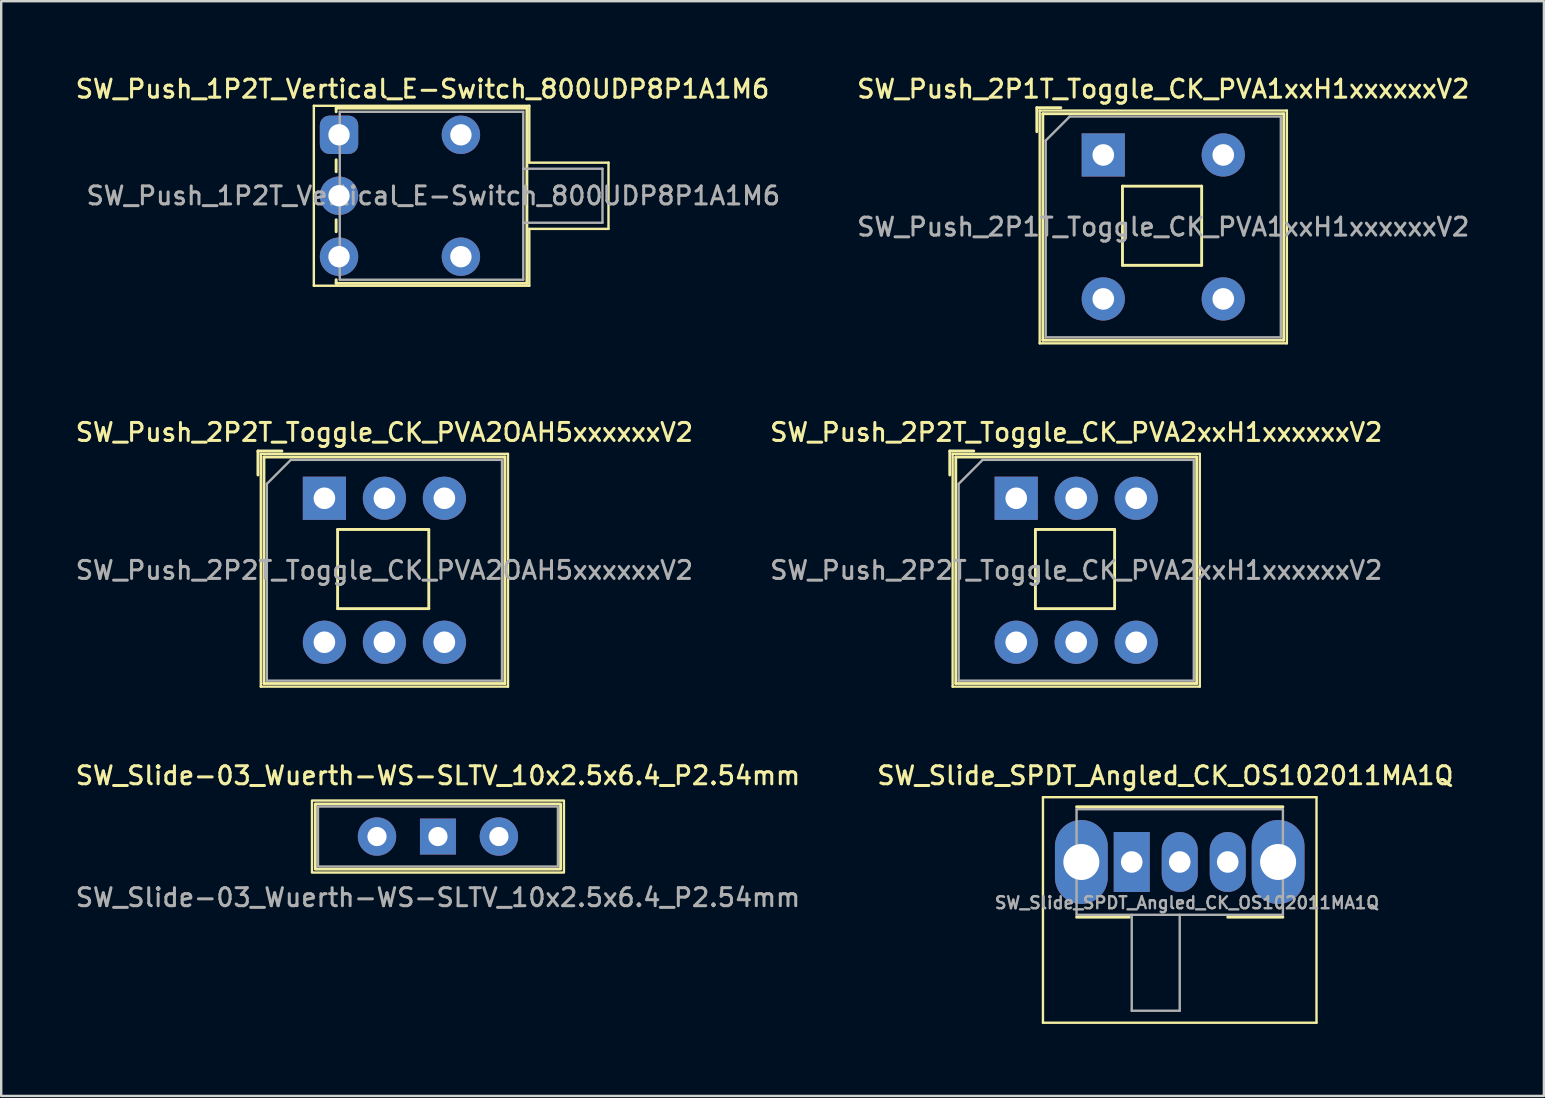
<source format=kicad_pcb>
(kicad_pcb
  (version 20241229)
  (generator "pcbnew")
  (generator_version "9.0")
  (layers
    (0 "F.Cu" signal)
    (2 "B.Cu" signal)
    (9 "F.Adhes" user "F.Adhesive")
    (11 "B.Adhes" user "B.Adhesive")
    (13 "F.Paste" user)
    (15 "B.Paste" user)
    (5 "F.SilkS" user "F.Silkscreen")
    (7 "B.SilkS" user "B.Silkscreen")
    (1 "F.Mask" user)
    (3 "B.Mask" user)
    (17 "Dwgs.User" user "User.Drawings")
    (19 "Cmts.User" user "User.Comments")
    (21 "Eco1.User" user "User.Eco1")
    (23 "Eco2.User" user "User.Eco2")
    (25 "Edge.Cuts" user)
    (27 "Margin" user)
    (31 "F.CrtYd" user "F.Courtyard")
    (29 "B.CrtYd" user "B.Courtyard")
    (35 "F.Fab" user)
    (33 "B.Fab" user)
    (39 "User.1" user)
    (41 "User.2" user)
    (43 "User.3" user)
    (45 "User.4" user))
  (footprint "SW_Slide-03_Wuerth-WS-SLTV_10x2.5x6.4_P2.54mm"
    (layer "F.Cu")
    (at 15.202 31.814)
    (property "Reference" "SW_Slide-03_Wuerth-WS-SLTV_10x2.5x6.4_P2.54mm" (at 0 -2.54 0) (layer "F.SilkS") (effects (font (size 0.75 0.75) (thickness 0.125))))
    (attr through_hole)
    (fp_rect (start -5.25 -1.5) (end 5.25 1.5) (stroke (width 0.1) (type default)) (fill no) (layer "F.SilkS"))
    (fp_rect (start -5.11 -1.36) (end 5.11 1.36) (stroke (width 0.12) (type default)) (fill no) (layer "F.SilkS"))
    (fp_rect (start -5 -1.25) (end 5 1.25) (stroke (width 0.1) (type default)) (fill no) (layer "F.Fab"))
    (fp_text user "${REFERENCE}" (at 0 2.54 0) (layer "F.Fab") (effects (font (size 0.75 0.75) (thickness 0.125))))
    (pad "1" thru_hole rect (at 0 0) (size 1.5 1.5) (drill 0.8) (layers "*.Cu" "*.Mask"))
    (pad "2" thru_hole circle (at -2.54 0) (size 1.6 1.6) (drill 0.8) (layers "*.Cu" "*.Mask"))
    (pad "3" thru_hole circle (at 2.54 0) (size 1.6 1.6) (drill 0.8) (layers "*.Cu" "*.Mask")))
  (footprint "SW_Push_2P1T_Toggle_CK_PVA1xxH1xxxxxxV2"
    (layer "F.Cu")
    (at 42.93 3.408)
    (property "Reference" "SW_Push_2P1T_Toggle_CK_PVA1xxH1xxxxxxV2" (at 2.5 -2.75 0) (layer "F.SilkS") (effects (font (size 0.75 0.75) (thickness 0.125))))
    (attr through_hole)
    (fp_line (start -2.77 -0.97) (end -2.77 -1.97) (stroke (width 0.12) (type solid)) (layer "F.SilkS"))
    (fp_line (start -2.65 -1.85) (end 7.65 -1.85) (stroke (width 0.1) (type solid)) (layer "F.SilkS"))
    (fp_line (start -2.65 7.85) (end -2.65 -1.85) (stroke (width 0.1) (type solid)) (layer "F.SilkS"))
    (fp_line (start -2.65 7.85) (end 7.65 7.85) (stroke (width 0.1) (type solid)) (layer "F.SilkS"))
    (fp_line (start -2.52 7.72) (end -2.52 -1.72) (stroke (width 0.12) (type solid)) (layer "F.SilkS"))
    (fp_line (start -1.77 -1.97) (end -2.77 -1.97) (stroke (width 0.12) (type solid)) (layer "F.SilkS"))
    (fp_line (start 0.8 1.3) (end 0.8 4.6) (stroke (width 0.12) (type solid)) (layer "F.SilkS"))
    (fp_line (start 4.1 1.3) (end 0.8 1.3) (stroke (width 0.12) (type solid)) (layer "F.SilkS"))
    (fp_line (start 4.1 1.3) (end 4.1 4.6) (stroke (width 0.12) (type solid)) (layer "F.SilkS"))
    (fp_line (start 4.1 4.6) (end 0.8 4.6) (stroke (width 0.12) (type solid)) (layer "F.SilkS"))
    (fp_line (start 7.52 -1.72) (end -2.52 -1.72) (stroke (width 0.12) (type solid)) (layer "F.SilkS"))
    (fp_line (start 7.52 7.72) (end -2.52 7.72) (stroke (width 0.12) (type solid)) (layer "F.SilkS"))
    (fp_line (start 7.52 7.72) (end 7.52 -1.72) (stroke (width 0.12) (type solid)) (layer "F.SilkS"))
    (fp_line (start 7.65 -1.85) (end 7.65 7.85) (stroke (width 0.1) (type solid)) (layer "F.SilkS"))
    (fp_line (start -2.4 -0.6) (end -1.4 -1.6) (stroke (width 0.1) (type solid)) (layer "F.Fab"))
    (fp_line (start -2.4 7.6) (end -2.4 -0.6) (stroke (width 0.1) (type solid)) (layer "F.Fab"))
    (fp_line (start -1.4 -1.6) (end 7.4 -1.6) (stroke (width 0.1) (type solid)) (layer "F.Fab"))
    (fp_line (start 7.4 -1.6) (end 7.4 7.6) (stroke (width 0.1) (type solid)) (layer "F.Fab"))
    (fp_line (start 7.4 7.6) (end -2.4 7.6) (stroke (width 0.1) (type solid)) (layer "F.Fab"))
    (fp_text user "${REFERENCE}" (at 2.5 3 0) (layer "F.Fab") (effects (font (size 0.75 0.75) (thickness 0.125))))
    (pad "1" thru_hole rect (at 0 0) (size 1.8 1.8) (drill 0.9) (layers "*.Cu" "*.Mask"))
    (pad "2" thru_hole circle (at 5 0) (size 1.8 1.8) (drill 0.9) (layers "*.Cu" "*.Mask"))
    (pad "3" thru_hole circle (at 0 6) (size 1.8 1.8) (drill 0.9) (layers "*.Cu" "*.Mask"))
    (pad "4" thru_hole circle (at 5 6) (size 1.8 1.8) (drill 0.9) (layers "*.Cu" "*.Mask")))
  (footprint "SW_Push_2P2T_Toggle_CK_PVA2OAH5xxxxxxV2"
    (layer "F.Cu")
    (at 10.47 17.716)
    (property "Reference" "SW_Push_2P2T_Toggle_CK_PVA2OAH5xxxxxxV2" (at 2.5 -2.75 0) (layer "F.SilkS") (effects (font (size 0.75 0.75) (thickness 0.125))))
    (attr through_hole)
    (fp_line (start -2.77 -0.97) (end -2.77 -1.97) (stroke (width 0.12) (type solid)) (layer "F.SilkS"))
    (fp_line (start -2.65 -1.85) (end 7.65 -1.85) (stroke (width 0.1) (type solid)) (layer "F.SilkS"))
    (fp_line (start -2.65 7.85) (end -2.65 -1.85) (stroke (width 0.1) (type solid)) (layer "F.SilkS"))
    (fp_line (start -2.65 7.85) (end 7.65 7.85) (stroke (width 0.1) (type solid)) (layer "F.SilkS"))
    (fp_line (start -2.52 7.72) (end -2.52 -1.72) (stroke (width 0.12) (type solid)) (layer "F.SilkS"))
    (fp_line (start -1.77 -1.97) (end -2.77 -1.97) (stroke (width 0.12) (type solid)) (layer "F.SilkS"))
    (fp_line (start 0.55 1.3) (end 0.55 4.6) (stroke (width 0.12) (type solid)) (layer "F.SilkS"))
    (fp_line (start 4.35 1.3) (end 0.55 1.3) (stroke (width 0.12) (type solid)) (layer "F.SilkS"))
    (fp_line (start 4.35 1.3) (end 4.35 4.6) (stroke (width 0.12) (type solid)) (layer "F.SilkS"))
    (fp_line (start 4.35 4.6) (end 0.55 4.6) (stroke (width 0.12) (type solid)) (layer "F.SilkS"))
    (fp_line (start 7.52 -1.72) (end -2.52 -1.72) (stroke (width 0.12) (type solid)) (layer "F.SilkS"))
    (fp_line (start 7.52 7.72) (end -2.52 7.72) (stroke (width 0.12) (type solid)) (layer "F.SilkS"))
    (fp_line (start 7.52 7.72) (end 7.52 -1.72) (stroke (width 0.12) (type solid)) (layer "F.SilkS"))
    (fp_line (start 7.65 -1.85) (end 7.65 7.85) (stroke (width 0.1) (type solid)) (layer "F.SilkS"))
    (fp_line (start -2.4 -0.6) (end -1.4 -1.6) (stroke (width 0.1) (type solid)) (layer "F.Fab"))
    (fp_line (start -2.4 7.6) (end -2.4 -0.6) (stroke (width 0.1) (type solid)) (layer "F.Fab"))
    (fp_line (start -1.4 -1.6) (end 7.4 -1.6) (stroke (width 0.1) (type solid)) (layer "F.Fab"))
    (fp_line (start 7.4 -1.6) (end 7.4 7.6) (stroke (width 0.1) (type solid)) (layer "F.Fab"))
    (fp_line (start 7.4 7.6) (end -2.4 7.6) (stroke (width 0.1) (type solid)) (layer "F.Fab"))
    (fp_text user "${REFERENCE}" (at 2.5 3 0) (layer "F.Fab") (effects (font (size 0.75 0.75) (thickness 0.125))))
    (pad "1" thru_hole rect (at 0 0) (size 1.8 1.8) (drill 0.9) (layers "*.Cu" "*.Mask"))
    (pad "2" thru_hole circle (at 2.5 0) (size 1.8 1.8) (drill 0.9) (layers "*.Cu" "*.Mask"))
    (pad "3" thru_hole circle (at 5 0) (size 1.8 1.8) (drill 0.9) (layers "*.Cu" "*.Mask"))
    (pad "4" thru_hole circle (at 0 6) (size 1.8 1.8) (drill 0.9) (layers "*.Cu" "*.Mask"))
    (pad "5" thru_hole circle (at 2.5 6) (size 1.8 1.8) (drill 0.9) (layers "*.Cu" "*.Mask"))
    (pad "6" thru_hole circle (at 5 6) (size 1.8 1.8) (drill 0.9) (layers "*.Cu" "*.Mask")))
  (footprint "SW_Slide_SPDT_Angled_CK_OS102011MA1Q"
    (layer "F.Cu")
    (at 44.116 32.874)
    (property "Reference" "SW_Slide_SPDT_Angled_CK_OS102011MA1Q" (at 1.4 -3.6 0) (layer "F.SilkS") (effects (font (size 0.75 0.75) (thickness 0.125))))
    (attr through_hole)
    (fp_line (start -3.7 -2.7) (end 7.7 -2.7) (stroke (width 0.1) (type solid)) (layer "F.SilkS"))
    (fp_line (start -3.7 6.7) (end -3.7 -2.7) (stroke (width 0.1) (type solid)) (layer "F.SilkS"))
    (fp_line (start -2.3 -2.3) (end 6.3 -2.3) (stroke (width 0.12) (type solid)) (layer "F.SilkS"))
    (fp_line (start -2.3 2.3) (end -0.1 2.3) (stroke (width 0.12) (type solid)) (layer "F.SilkS"))
    (fp_line (start 4 2.3) (end 6.3 2.3) (stroke (width 0.12) (type solid)) (layer "F.SilkS"))
    (fp_line (start 7.7 -2.7) (end 7.7 6.7) (stroke (width 0.1) (type solid)) (layer "F.SilkS"))
    (fp_line (start 7.7 6.7) (end -3.7 6.7) (stroke (width 0.1) (type solid)) (layer "F.SilkS"))
    (fp_line (start -2.3 -2.2) (end -2.3 2.2) (stroke (width 0.1) (type solid)) (layer "F.Fab"))
    (fp_line (start -2.3 -2.2) (end 6.3 -2.2) (stroke (width 0.1) (type solid)) (layer "F.Fab"))
    (fp_line (start -2.3 2.2) (end 6.3 2.2) (stroke (width 0.1) (type solid)) (layer "F.Fab"))
    (fp_line (start 0 6.2) (end 0 2.2) (stroke (width 0.1) (type solid)) (layer "F.Fab"))
    (fp_line (start 2 2.2) (end 2 6.2) (stroke (width 0.1) (type solid)) (layer "F.Fab"))
    (fp_line (start 2 6.2) (end 0 6.2) (stroke (width 0.1) (type solid)) (layer "F.Fab"))
    (fp_line (start 6.3 2.2) (end 6.3 -2.2) (stroke (width 0.1) (type solid)) (layer "F.Fab"))
    (fp_text user "${REFERENCE}" (at 2.3 1.7 0) (layer "F.Fab") (effects (font (size 0.5 0.5) (thickness 0.1))))
    (pad "" thru_hole oval (at -2.1 0) (size 2.2 3.5) (drill 1.5) (layers "*.Cu" "*.Mask"))
    (pad "" thru_hole oval (at 6.1 0) (size 2.2 3.5) (drill 1.5) (layers "*.Cu" "*.Mask"))
    (pad "1" thru_hole rect (at 0 0) (size 1.5 2.5) (drill 0.9) (layers "*.Cu" "*.Mask"))
    (pad "2" thru_hole oval (at 2 0) (size 1.5 2.5) (drill 0.9) (layers "*.Cu" "*.Mask"))
    (pad "3" thru_hole oval (at 4 0) (size 1.5 2.5) (drill 0.9) (layers "*.Cu" "*.Mask")))
  (footprint "SW_Push_2P2T_Toggle_CK_PVA2xxH1xxxxxxV2"
    (layer "F.Cu")
    (at 39.302 17.716)
    (property "Reference" "SW_Push_2P2T_Toggle_CK_PVA2xxH1xxxxxxV2" (at 2.5 -2.75 0) (layer "F.SilkS") (effects (font (size 0.75 0.75) (thickness 0.125))))
    (attr through_hole)
    (fp_line (start -2.77 -0.97) (end -2.77 -1.97) (stroke (width 0.12) (type solid)) (layer "F.SilkS"))
    (fp_line (start -2.65 -1.85) (end 7.65 -1.85) (stroke (width 0.1) (type solid)) (layer "F.SilkS"))
    (fp_line (start -2.65 7.85) (end -2.65 -1.85) (stroke (width 0.1) (type solid)) (layer "F.SilkS"))
    (fp_line (start -2.65 7.85) (end 7.65 7.85) (stroke (width 0.1) (type solid)) (layer "F.SilkS"))
    (fp_line (start -2.52 7.72) (end -2.52 -1.72) (stroke (width 0.12) (type solid)) (layer "F.SilkS"))
    (fp_line (start -1.77 -1.97) (end -2.77 -1.97) (stroke (width 0.12) (type solid)) (layer "F.SilkS"))
    (fp_line (start 0.8 1.3) (end 0.8 4.6) (stroke (width 0.12) (type solid)) (layer "F.SilkS"))
    (fp_line (start 4.1 1.3) (end 0.8 1.3) (stroke (width 0.12) (type solid)) (layer "F.SilkS"))
    (fp_line (start 4.1 1.3) (end 4.1 4.6) (stroke (width 0.12) (type solid)) (layer "F.SilkS"))
    (fp_line (start 4.1 4.6) (end 0.8 4.6) (stroke (width 0.12) (type solid)) (layer "F.SilkS"))
    (fp_line (start 7.52 -1.72) (end -2.52 -1.72) (stroke (width 0.12) (type solid)) (layer "F.SilkS"))
    (fp_line (start 7.52 7.72) (end -2.52 7.72) (stroke (width 0.12) (type solid)) (layer "F.SilkS"))
    (fp_line (start 7.52 7.72) (end 7.52 -1.72) (stroke (width 0.12) (type solid)) (layer "F.SilkS"))
    (fp_line (start 7.65 -1.85) (end 7.65 7.85) (stroke (width 0.1) (type solid)) (layer "F.SilkS"))
    (fp_line (start -2.4 -0.6) (end -1.4 -1.6) (stroke (width 0.1) (type solid)) (layer "F.Fab"))
    (fp_line (start -2.4 7.6) (end -2.4 -0.6) (stroke (width 0.1) (type solid)) (layer "F.Fab"))
    (fp_line (start -1.4 -1.6) (end 7.4 -1.6) (stroke (width 0.1) (type solid)) (layer "F.Fab"))
    (fp_line (start 7.4 -1.6) (end 7.4 7.6) (stroke (width 0.1) (type solid)) (layer "F.Fab"))
    (fp_line (start 7.4 7.6) (end -2.4 7.6) (stroke (width 0.1) (type solid)) (layer "F.Fab"))
    (fp_text user "${REFERENCE}" (at 2.5 3 0) (layer "F.Fab") (effects (font (size 0.75 0.75) (thickness 0.125))))
    (pad "1" thru_hole rect (at 0 0) (size 1.8 1.8) (drill 0.9) (layers "*.Cu" "*.Mask"))
    (pad "2" thru_hole circle (at 2.5 0) (size 1.8 1.8) (drill 0.9) (layers "*.Cu" "*.Mask"))
    (pad "3" thru_hole circle (at 5 0) (size 1.8 1.8) (drill 0.9) (layers "*.Cu" "*.Mask"))
    (pad "4" thru_hole circle (at 0 6) (size 1.8 1.8) (drill 0.9) (layers "*.Cu" "*.Mask"))
    (pad "5" thru_hole circle (at 2.5 6) (size 1.8 1.8) (drill 0.9) (layers "*.Cu" "*.Mask"))
    (pad "6" thru_hole circle (at 5 6) (size 1.8 1.8) (drill 0.9) (layers "*.Cu" "*.Mask")))
  (footprint "SW_Push_1P2T_Vertical_E-Switch_800UDP8P1A1M6"
    (layer "F.Cu")
    (at 11.079 2.568)
    (property "Reference" "SW_Push_1P2T_Vertical_E-Switch_800UDP8P1A1M6" (at 3.48 -1.91 180) (layer "F.SilkS") (effects (font (size 0.75 0.75) (thickness 0.125))))
    (attr through_hole)
    (fp_line (start -1.05 -1.21) (end 7.93 -1.21) (stroke (width 0.1) (type solid)) (layer "F.SilkS"))
    (fp_line (start -1.05 6.29) (end -1.05 -1.21) (stroke (width 0.1) (type solid)) (layer "F.SilkS"))
    (fp_line (start -0.12 -1.11) (end -0.12 -0.96) (stroke (width 0.12) (type solid)) (layer "F.SilkS"))
    (fp_line (start -0.12 1.54) (end -0.12 1.04) (stroke (width 0.12) (type solid)) (layer "F.SilkS"))
    (fp_line (start -0.12 4.04) (end -0.12 3.54) (stroke (width 0.12) (type solid)) (layer "F.SilkS"))
    (fp_line (start -0.12 6.19) (end -0.12 6.04) (stroke (width 0.12) (type solid)) (layer "F.SilkS"))
    (fp_line (start -0.12 6.19) (end 7.83 6.19) (stroke (width 0.12) (type solid)) (layer "F.SilkS"))
    (fp_line (start 7.83 -1.11) (end -0.12 -1.11) (stroke (width 0.12) (type solid)) (layer "F.SilkS"))
    (fp_line (start 7.83 6.19) (end 7.83 -1.11) (stroke (width 0.12) (type solid)) (layer "F.SilkS"))
    (fp_line (start 7.93 -1.21) (end 7.93 1.16) (stroke (width 0.1) (type solid)) (layer "F.SilkS"))
    (fp_line (start 7.93 1.16) (end 11.23 1.16) (stroke (width 0.1) (type solid)) (layer "F.SilkS"))
    (fp_line (start 7.93 3.92) (end 7.93 6.29) (stroke (width 0.1) (type solid)) (layer "F.SilkS"))
    (fp_line (start 7.93 6.29) (end -1.05 6.29) (stroke (width 0.1) (type solid)) (layer "F.SilkS"))
    (fp_line (start 11.23 1.16) (end 11.23 3.92) (stroke (width 0.1) (type solid)) (layer "F.SilkS"))
    (fp_line (start 11.23 3.92) (end 7.93 3.92) (stroke (width 0.1) (type solid)) (layer "F.SilkS"))
    (fp_line (start 0.03 -0.96) (end 7.68 -0.96) (stroke (width 0.1) (type solid)) (layer "F.Fab"))
    (fp_line (start 0.03 6.04) (end 0.03 -0.96) (stroke (width 0.1) (type solid)) (layer "F.Fab"))
    (fp_line (start 7.68 -0.96) (end 7.68 6.04) (stroke (width 0.1) (type solid)) (layer "F.Fab"))
    (fp_line (start 7.68 6.04) (end 0.03 6.04) (stroke (width 0.1) (type solid)) (layer "F.Fab"))
    (fp_line (start 10.98 1.415) (end 7.68 1.415) (stroke (width 0.1) (type solid)) (layer "F.Fab"))
    (fp_line (start 10.98 3.665) (end 7.68 3.665) (stroke (width 0.1) (type solid)) (layer "F.Fab"))
    (fp_line (start 10.98 3.665) (end 10.98 1.415) (stroke (width 0.1) (type solid)) (layer "F.Fab"))
    (fp_text user "${REFERENCE}" (at 3.93 2.54 180) (layer "F.Fab") (effects (font (size 0.75 0.75) (thickness 0.125))))
    (pad "" thru_hole circle (at 5.08 0 180) (size 1.6 1.6) (drill 0.89) (layers "*.Cu" "*.Mask"))
    (pad "" thru_hole circle (at 5.08 5.08 180) (size 1.6 1.6) (drill 0.89) (layers "*.Cu" "*.Mask"))
    (pad "1" thru_hole roundrect (at 0 0 180) (size 1.6 1.6) (drill 0.89) (layers "*.Cu" "*.Mask") (roundrect_rratio 0.25))
    (pad "2" thru_hole circle (at 0 2.54 180) (size 1.6 1.6) (drill 0.89) (layers "*.Cu" "*.Mask"))
    (pad "3" thru_hole circle (at 0 5.08 180) (size 1.6 1.6) (drill 0.89) (layers "*.Cu" "*.Mask")))
  (gr_rect
    (start -3 -3)
    (end 61.293 42.624)
    (stroke (width 0.1) (type default))
    (fill no)
    (layer "Edge.Cuts")))
</source>
